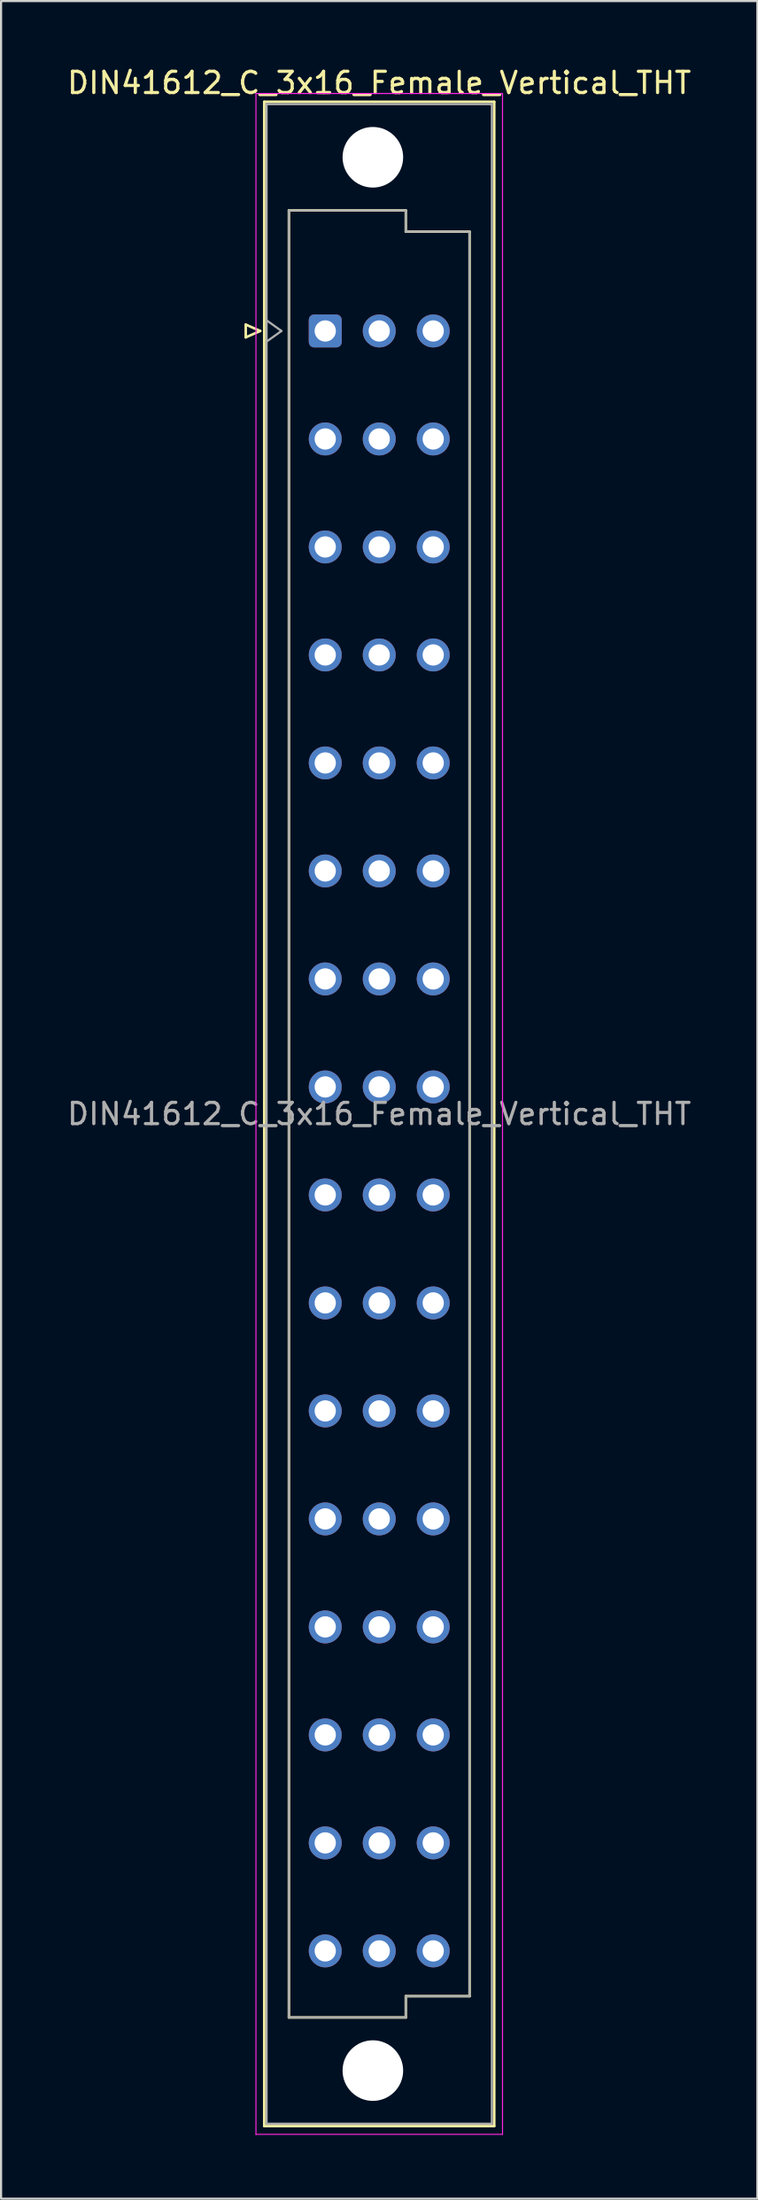
<source format=kicad_pcb>
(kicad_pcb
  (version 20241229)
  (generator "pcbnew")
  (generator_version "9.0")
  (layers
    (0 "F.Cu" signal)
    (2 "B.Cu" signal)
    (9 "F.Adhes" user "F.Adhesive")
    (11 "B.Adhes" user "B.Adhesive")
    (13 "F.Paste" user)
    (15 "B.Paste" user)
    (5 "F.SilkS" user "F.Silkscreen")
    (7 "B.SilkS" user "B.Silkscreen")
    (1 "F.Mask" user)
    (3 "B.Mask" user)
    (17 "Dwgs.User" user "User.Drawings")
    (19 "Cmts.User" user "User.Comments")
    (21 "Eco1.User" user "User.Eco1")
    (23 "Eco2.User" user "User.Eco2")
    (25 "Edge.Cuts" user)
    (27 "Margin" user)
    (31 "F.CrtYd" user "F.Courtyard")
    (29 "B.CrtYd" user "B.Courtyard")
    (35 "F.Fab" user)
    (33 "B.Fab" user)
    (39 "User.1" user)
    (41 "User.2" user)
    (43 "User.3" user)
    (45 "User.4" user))
  (footprint "DIN41612_C_3x16_Female_Vertical_THT"
    (layer "F.Cu")
    (at 12.252 9.978)
    (property "Reference" "DIN41612_C_3x16_Female_Vertical_THT" (at 2.54 -9.13 0) (layer "F.SilkS") (effects (font (size 1 1) (thickness 0.15))))
    (attr through_hole)
    (fp_line (start -3.74 2.24) (end -3.74 2.84) (stroke (width 0.12) (type solid)) (layer "F.SilkS"))
    (fp_line (start -3.74 2.84) (end -3.06 2.54) (stroke (width 0.12) (type solid)) (layer "F.SilkS"))
    (fp_line (start -3.06 2.54) (end -3.74 2.24) (stroke (width 0.12) (type solid)) (layer "F.SilkS"))
    (fp_line (start -2.87 -8.24) (end 7.95 -8.24) (stroke (width 0.12) (type solid)) (layer "F.SilkS"))
    (fp_line (start -2.87 86.98) (end -2.87 -8.24) (stroke (width 0.12) (type solid)) (layer "F.SilkS"))
    (fp_line (start -1.71 -3.13) (end 3.79 -3.13) (stroke (width 0.12) (type solid)) (layer "F.SilkS"))
    (fp_line (start -1.71 81.87) (end -1.71 -3.13) (stroke (width 0.12) (type solid)) (layer "F.SilkS"))
    (fp_line (start 3.79 -3.13) (end 3.79 -2.13) (stroke (width 0.12) (type solid)) (layer "F.SilkS"))
    (fp_line (start 3.79 -2.13) (end 6.79 -2.13) (stroke (width 0.12) (type solid)) (layer "F.SilkS"))
    (fp_line (start 3.79 80.87) (end 3.79 81.87) (stroke (width 0.12) (type solid)) (layer "F.SilkS"))
    (fp_line (start 3.79 81.87) (end -1.71 81.87) (stroke (width 0.12) (type solid)) (layer "F.SilkS"))
    (fp_line (start 6.79 -2.13) (end 6.79 80.87) (stroke (width 0.12) (type solid)) (layer "F.SilkS"))
    (fp_line (start 6.79 80.87) (end 3.79 80.87) (stroke (width 0.12) (type solid)) (layer "F.SilkS"))
    (fp_line (start 7.95 -8.24) (end 7.95 86.98) (stroke (width 0.12) (type solid)) (layer "F.SilkS"))
    (fp_line (start 7.95 86.98) (end -2.87 86.98) (stroke (width 0.12) (type solid)) (layer "F.SilkS"))
    (fp_line (start -3.26 -8.63) (end 8.34 -8.63) (stroke (width 0.05) (type solid)) (layer "F.CrtYd"))
    (fp_line (start -3.26 87.37) (end -3.26 -8.63) (stroke (width 0.05) (type solid)) (layer "F.CrtYd"))
    (fp_line (start 8.34 -8.63) (end 8.34 87.37) (stroke (width 0.05) (type solid)) (layer "F.CrtYd"))
    (fp_line (start 8.34 87.37) (end -3.26 87.37) (stroke (width 0.05) (type solid)) (layer "F.CrtYd"))
    (fp_line (start -2.76 -8.13) (end 7.84 -8.13) (stroke (width 0.1) (type solid)) (layer "F.Fab"))
    (fp_line (start -2.76 2.04) (end -2.06 2.54) (stroke (width 0.1) (type solid)) (layer "F.Fab"))
    (fp_line (start -2.76 86.87) (end -2.76 -8.13) (stroke (width 0.1) (type solid)) (layer "F.Fab"))
    (fp_line (start -2.06 2.54) (end -2.76 3.04) (stroke (width 0.1) (type solid)) (layer "F.Fab"))
    (fp_line (start -1.71 -3.13) (end 3.79 -3.13) (stroke (width 0.1) (type solid)) (layer "F.Fab"))
    (fp_line (start -1.71 81.87) (end -1.71 -3.13) (stroke (width 0.1) (type solid)) (layer "F.Fab"))
    (fp_line (start 3.79 -3.13) (end 3.79 -2.13) (stroke (width 0.1) (type solid)) (layer "F.Fab"))
    (fp_line (start 3.79 -2.13) (end 6.79 -2.13) (stroke (width 0.1) (type solid)) (layer "F.Fab"))
    (fp_line (start 3.79 80.87) (end 3.79 81.87) (stroke (width 0.1) (type solid)) (layer "F.Fab"))
    (fp_line (start 3.79 81.87) (end -1.71 81.87) (stroke (width 0.1) (type solid)) (layer "F.Fab"))
    (fp_line (start 6.79 -2.13) (end 6.79 80.87) (stroke (width 0.1) (type solid)) (layer "F.Fab"))
    (fp_line (start 6.79 80.87) (end 3.79 80.87) (stroke (width 0.1) (type solid)) (layer "F.Fab"))
    (fp_line (start 7.84 -8.13) (end 7.84 86.87) (stroke (width 0.1) (type solid)) (layer "F.Fab"))
    (fp_line (start 7.84 86.87) (end -2.76 86.87) (stroke (width 0.1) (type solid)) (layer "F.Fab"))
    (fp_text user "${REFERENCE}" (at 2.54 39.37 0) (layer "F.Fab") (effects (font (size 1 1) (thickness 0.15))))
    (pad "" np_thru_hole circle (at 2.24 -5.63) (size 2.85 2.85) (drill 2.85) (layers "*.Cu" "*.Mask"))
    (pad "" np_thru_hole circle (at 2.24 84.37) (size 2.85 2.85) (drill 2.85) (layers "*.Cu" "*.Mask"))
    (pad "a2" thru_hole roundrect (at 0 2.54) (size 1.55 1.55) (drill 1) (layers "*.Cu" "*.Mask") (roundrect_rratio 0.161))
    (pad "a4" thru_hole circle (at 0 7.62) (size 1.55 1.55) (drill 1) (layers "*.Cu" "*.Mask"))
    (pad "a6" thru_hole circle (at 0 12.7) (size 1.55 1.55) (drill 1) (layers "*.Cu" "*.Mask"))
    (pad "a8" thru_hole circle (at 0 17.78) (size 1.55 1.55) (drill 1) (layers "*.Cu" "*.Mask"))
    (pad "a10" thru_hole circle (at 0 22.86) (size 1.55 1.55) (drill 1) (layers "*.Cu" "*.Mask"))
    (pad "a12" thru_hole circle (at 0 27.94) (size 1.55 1.55) (drill 1) (layers "*.Cu" "*.Mask"))
    (pad "a14" thru_hole circle (at 0 33.02) (size 1.55 1.55) (drill 1) (layers "*.Cu" "*.Mask"))
    (pad "a16" thru_hole circle (at 0 38.1) (size 1.55 1.55) (drill 1) (layers "*.Cu" "*.Mask"))
    (pad "a18" thru_hole circle (at 0 43.18) (size 1.55 1.55) (drill 1) (layers "*.Cu" "*.Mask"))
    (pad "a20" thru_hole circle (at 0 48.26) (size 1.55 1.55) (drill 1) (layers "*.Cu" "*.Mask"))
    (pad "a22" thru_hole circle (at 0 53.34) (size 1.55 1.55) (drill 1) (layers "*.Cu" "*.Mask"))
    (pad "a24" thru_hole circle (at 0 58.42) (size 1.55 1.55) (drill 1) (layers "*.Cu" "*.Mask"))
    (pad "a26" thru_hole circle (at 0 63.5) (size 1.55 1.55) (drill 1) (layers "*.Cu" "*.Mask"))
    (pad "a28" thru_hole circle (at 0 68.58) (size 1.55 1.55) (drill 1) (layers "*.Cu" "*.Mask"))
    (pad "a30" thru_hole circle (at 0 73.66) (size 1.55 1.55) (drill 1) (layers "*.Cu" "*.Mask"))
    (pad "a32" thru_hole circle (at 0 78.74) (size 1.55 1.55) (drill 1) (layers "*.Cu" "*.Mask"))
    (pad "b2" thru_hole circle (at 2.54 2.54) (size 1.55 1.55) (drill 1) (layers "*.Cu" "*.Mask"))
    (pad "b4" thru_hole circle (at 2.54 7.62) (size 1.55 1.55) (drill 1) (layers "*.Cu" "*.Mask"))
    (pad "b6" thru_hole circle (at 2.54 12.7) (size 1.55 1.55) (drill 1) (layers "*.Cu" "*.Mask"))
    (pad "b8" thru_hole circle (at 2.54 17.78) (size 1.55 1.55) (drill 1) (layers "*.Cu" "*.Mask"))
    (pad "b10" thru_hole circle (at 2.54 22.86) (size 1.55 1.55) (drill 1) (layers "*.Cu" "*.Mask"))
    (pad "b12" thru_hole circle (at 2.54 27.94) (size 1.55 1.55) (drill 1) (layers "*.Cu" "*.Mask"))
    (pad "b14" thru_hole circle (at 2.54 33.02) (size 1.55 1.55) (drill 1) (layers "*.Cu" "*.Mask"))
    (pad "b16" thru_hole circle (at 2.54 38.1) (size 1.55 1.55) (drill 1) (layers "*.Cu" "*.Mask"))
    (pad "b18" thru_hole circle (at 2.54 43.18) (size 1.55 1.55) (drill 1) (layers "*.Cu" "*.Mask"))
    (pad "b20" thru_hole circle (at 2.54 48.26) (size 1.55 1.55) (drill 1) (layers "*.Cu" "*.Mask"))
    (pad "b22" thru_hole circle (at 2.54 53.34) (size 1.55 1.55) (drill 1) (layers "*.Cu" "*.Mask"))
    (pad "b24" thru_hole circle (at 2.54 58.42) (size 1.55 1.55) (drill 1) (layers "*.Cu" "*.Mask"))
    (pad "b26" thru_hole circle (at 2.54 63.5) (size 1.55 1.55) (drill 1) (layers "*.Cu" "*.Mask"))
    (pad "b28" thru_hole circle (at 2.54 68.58) (size 1.55 1.55) (drill 1) (layers "*.Cu" "*.Mask"))
    (pad "b30" thru_hole circle (at 2.54 73.66) (size 1.55 1.55) (drill 1) (layers "*.Cu" "*.Mask"))
    (pad "b32" thru_hole circle (at 2.54 78.74) (size 1.55 1.55) (drill 1) (layers "*.Cu" "*.Mask"))
    (pad "c2" thru_hole circle (at 5.08 2.54) (size 1.55 1.55) (drill 1) (layers "*.Cu" "*.Mask"))
    (pad "c4" thru_hole circle (at 5.08 7.62) (size 1.55 1.55) (drill 1) (layers "*.Cu" "*.Mask"))
    (pad "c6" thru_hole circle (at 5.08 12.7) (size 1.55 1.55) (drill 1) (layers "*.Cu" "*.Mask"))
    (pad "c8" thru_hole circle (at 5.08 17.78) (size 1.55 1.55) (drill 1) (layers "*.Cu" "*.Mask"))
    (pad "c10" thru_hole circle (at 5.08 22.86) (size 1.55 1.55) (drill 1) (layers "*.Cu" "*.Mask"))
    (pad "c12" thru_hole circle (at 5.08 27.94) (size 1.55 1.55) (drill 1) (layers "*.Cu" "*.Mask"))
    (pad "c14" thru_hole circle (at 5.08 33.02) (size 1.55 1.55) (drill 1) (layers "*.Cu" "*.Mask"))
    (pad "c16" thru_hole circle (at 5.08 38.1) (size 1.55 1.55) (drill 1) (layers "*.Cu" "*.Mask"))
    (pad "c18" thru_hole circle (at 5.08 43.18) (size 1.55 1.55) (drill 1) (layers "*.Cu" "*.Mask"))
    (pad "c20" thru_hole circle (at 5.08 48.26) (size 1.55 1.55) (drill 1) (layers "*.Cu" "*.Mask"))
    (pad "c22" thru_hole circle (at 5.08 53.34) (size 1.55 1.55) (drill 1) (layers "*.Cu" "*.Mask"))
    (pad "c24" thru_hole circle (at 5.08 58.42) (size 1.55 1.55) (drill 1) (layers "*.Cu" "*.Mask"))
    (pad "c26" thru_hole circle (at 5.08 63.5) (size 1.55 1.55) (drill 1) (layers "*.Cu" "*.Mask"))
    (pad "c28" thru_hole circle (at 5.08 68.58) (size 1.55 1.55) (drill 1) (layers "*.Cu" "*.Mask"))
    (pad "c30" thru_hole circle (at 5.08 73.66) (size 1.55 1.55) (drill 1) (layers "*.Cu" "*.Mask"))
    (pad "c32" thru_hole circle (at 5.08 78.74) (size 1.55 1.55) (drill 1) (layers "*.Cu" "*.Mask")))
  (gr_rect
    (start -3 -3)
    (end 32.583 100.373)
    (stroke (width 0.1) (type default))
    (fill no)
    (layer "Edge.Cuts")))
</source>
